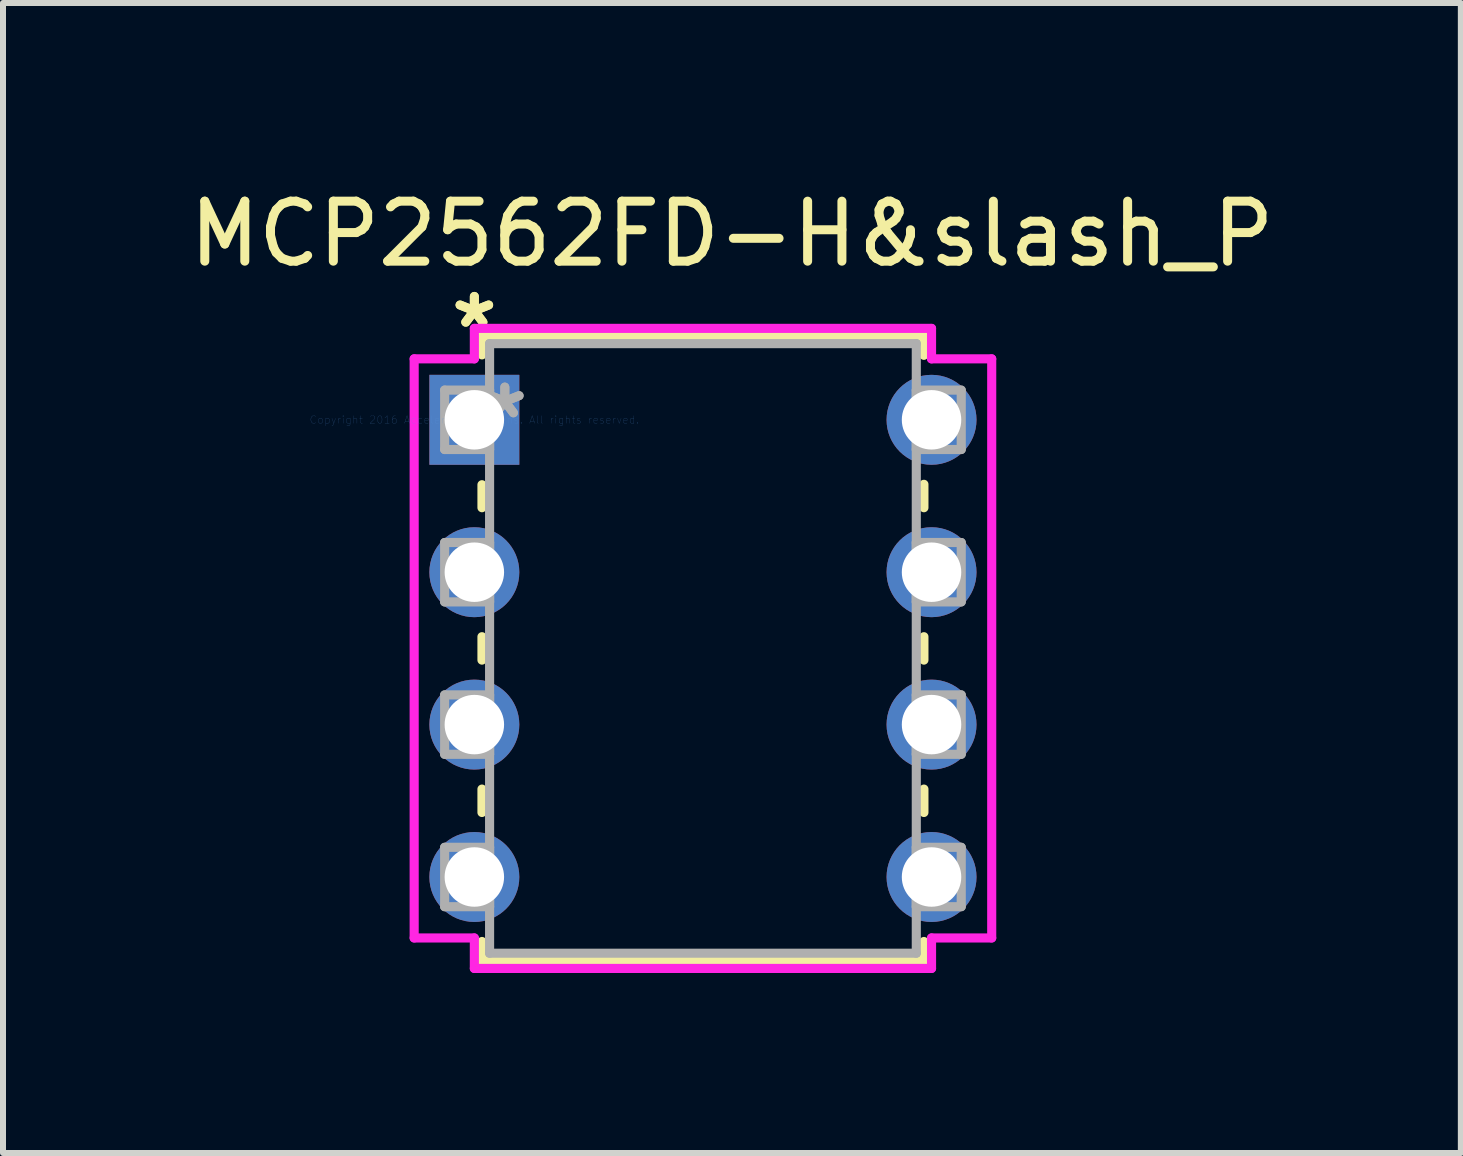
<source format=kicad_pcb>
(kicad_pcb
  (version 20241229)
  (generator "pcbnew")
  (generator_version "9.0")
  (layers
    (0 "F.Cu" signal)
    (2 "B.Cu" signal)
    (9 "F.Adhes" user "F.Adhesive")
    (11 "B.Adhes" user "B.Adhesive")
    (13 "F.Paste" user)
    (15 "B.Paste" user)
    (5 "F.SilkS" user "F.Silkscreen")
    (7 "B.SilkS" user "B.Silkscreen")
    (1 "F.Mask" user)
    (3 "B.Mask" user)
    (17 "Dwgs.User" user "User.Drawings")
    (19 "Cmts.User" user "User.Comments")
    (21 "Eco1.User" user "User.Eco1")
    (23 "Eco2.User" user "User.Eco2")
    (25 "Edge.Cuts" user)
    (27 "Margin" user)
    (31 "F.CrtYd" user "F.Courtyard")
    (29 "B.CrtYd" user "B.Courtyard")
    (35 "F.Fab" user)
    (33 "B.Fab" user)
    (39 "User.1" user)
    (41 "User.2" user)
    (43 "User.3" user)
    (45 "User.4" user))
  (footprint "MCP2562FD-H&slash_P"
    (layer "F.Cu")
    (at 4.856 3.947)
    (property "Reference" "MCP2562FD-H&slash_P" (at 4.293 -3.099 0) (layer "F.SilkS") (effects (font (size 1 1) (thickness 0.15))))
    (attr through_hole)
    (fp_line (start 0.127 -1.397) (end 0.127 -1.082) (stroke (width 0.152) (type solid)) (layer "F.SilkS"))
    (fp_line (start 0.127 1.082) (end 0.127 1.465) (stroke (width 0.152) (type solid)) (layer "F.SilkS"))
    (fp_line (start 0.127 3.615) (end 0.127 4.005) (stroke (width 0.152) (type solid)) (layer "F.SilkS"))
    (fp_line (start 0.127 6.155) (end 0.127 6.545) (stroke (width 0.152) (type solid)) (layer "F.SilkS"))
    (fp_line (start 0.127 8.695) (end 0.127 9.017) (stroke (width 0.152) (type solid)) (layer "F.SilkS"))
    (fp_line (start 0.127 9.017) (end 7.493 9.017) (stroke (width 0.152) (type solid)) (layer "F.SilkS"))
    (fp_line (start 7.493 -1.397) (end 0.127 -1.397) (stroke (width 0.152) (type solid)) (layer "F.SilkS"))
    (fp_line (start 7.493 -1.075) (end 7.493 -1.397) (stroke (width 0.152) (type solid)) (layer "F.SilkS"))
    (fp_line (start 7.493 1.465) (end 7.493 1.075) (stroke (width 0.152) (type solid)) (layer "F.SilkS"))
    (fp_line (start 7.493 4.005) (end 7.493 3.615) (stroke (width 0.152) (type solid)) (layer "F.SilkS"))
    (fp_line (start 7.493 6.545) (end 7.493 6.155) (stroke (width 0.152) (type solid)) (layer "F.SilkS"))
    (fp_line (start 7.493 9.017) (end 7.493 8.695) (stroke (width 0.152) (type solid)) (layer "F.SilkS"))
    (fp_line (start -1.003 -1.016) (end -1.003 8.636) (stroke (width 0.152) (type solid)) (layer "F.CrtYd"))
    (fp_line (start -1.003 8.636) (end 0 8.636) (stroke (width 0.152) (type solid)) (layer "F.CrtYd"))
    (fp_line (start 0 -1.524) (end 0 -1.016) (stroke (width 0.152) (type solid)) (layer "F.CrtYd"))
    (fp_line (start 0 -1.016) (end -1.003 -1.016) (stroke (width 0.152) (type solid)) (layer "F.CrtYd"))
    (fp_line (start 0 8.636) (end 0 9.144) (stroke (width 0.152) (type solid)) (layer "F.CrtYd"))
    (fp_line (start 0 9.144) (end 7.62 9.144) (stroke (width 0.152) (type solid)) (layer "F.CrtYd"))
    (fp_line (start 7.62 -1.524) (end 0 -1.524) (stroke (width 0.152) (type solid)) (layer "F.CrtYd"))
    (fp_line (start 7.62 -1.016) (end 7.62 -1.524) (stroke (width 0.152) (type solid)) (layer "F.CrtYd"))
    (fp_line (start 7.62 8.636) (end 8.623 8.636) (stroke (width 0.152) (type solid)) (layer "F.CrtYd"))
    (fp_line (start 7.62 9.144) (end 7.62 8.636) (stroke (width 0.152) (type solid)) (layer "F.CrtYd"))
    (fp_line (start 8.623 -1.016) (end 7.62 -1.016) (stroke (width 0.152) (type solid)) (layer "F.CrtYd"))
    (fp_line (start 8.623 8.636) (end 8.623 -1.016) (stroke (width 0.152) (type solid)) (layer "F.CrtYd"))
    (fp_line (start -0.495 -0.495) (end -0.495 0.495) (stroke (width 0.152) (type solid)) (layer "F.Fab"))
    (fp_line (start -0.495 0.495) (end 0.254 0.495) (stroke (width 0.152) (type solid)) (layer "F.Fab"))
    (fp_line (start -0.495 2.045) (end -0.495 3.035) (stroke (width 0.152) (type solid)) (layer "F.Fab"))
    (fp_line (start -0.495 3.035) (end 0.254 3.035) (stroke (width 0.152) (type solid)) (layer "F.Fab"))
    (fp_line (start -0.495 4.585) (end -0.495 5.575) (stroke (width 0.152) (type solid)) (layer "F.Fab"))
    (fp_line (start -0.495 5.575) (end 0.254 5.575) (stroke (width 0.152) (type solid)) (layer "F.Fab"))
    (fp_line (start -0.495 7.125) (end -0.495 8.115) (stroke (width 0.152) (type solid)) (layer "F.Fab"))
    (fp_line (start -0.495 8.115) (end 0.254 8.115) (stroke (width 0.152) (type solid)) (layer "F.Fab"))
    (fp_line (start 0.254 -1.27) (end 0.254 8.89) (stroke (width 0.152) (type solid)) (layer "F.Fab"))
    (fp_line (start 0.254 -0.495) (end -0.495 -0.495) (stroke (width 0.152) (type solid)) (layer "F.Fab"))
    (fp_line (start 0.254 0.495) (end 0.254 -0.495) (stroke (width 0.152) (type solid)) (layer "F.Fab"))
    (fp_line (start 0.254 2.045) (end -0.495 2.045) (stroke (width 0.152) (type solid)) (layer "F.Fab"))
    (fp_line (start 0.254 3.035) (end 0.254 2.045) (stroke (width 0.152) (type solid)) (layer "F.Fab"))
    (fp_line (start 0.254 4.585) (end -0.495 4.585) (stroke (width 0.152) (type solid)) (layer "F.Fab"))
    (fp_line (start 0.254 5.575) (end 0.254 4.585) (stroke (width 0.152) (type solid)) (layer "F.Fab"))
    (fp_line (start 0.254 7.125) (end -0.495 7.125) (stroke (width 0.152) (type solid)) (layer "F.Fab"))
    (fp_line (start 0.254 8.115) (end 0.254 7.125) (stroke (width 0.152) (type solid)) (layer "F.Fab"))
    (fp_line (start 0.254 8.89) (end 7.366 8.89) (stroke (width 0.152) (type solid)) (layer "F.Fab"))
    (fp_line (start 7.366 -1.27) (end 0.254 -1.27) (stroke (width 0.152) (type solid)) (layer "F.Fab"))
    (fp_line (start 7.366 -0.495) (end 7.366 0.495) (stroke (width 0.152) (type solid)) (layer "F.Fab"))
    (fp_line (start 7.366 0.495) (end 8.115 0.495) (stroke (width 0.152) (type solid)) (layer "F.Fab"))
    (fp_line (start 7.366 2.045) (end 7.366 3.035) (stroke (width 0.152) (type solid)) (layer "F.Fab"))
    (fp_line (start 7.366 3.035) (end 8.115 3.035) (stroke (width 0.152) (type solid)) (layer "F.Fab"))
    (fp_line (start 7.366 4.585) (end 7.366 5.575) (stroke (width 0.152) (type solid)) (layer "F.Fab"))
    (fp_line (start 7.366 5.575) (end 8.115 5.575) (stroke (width 0.152) (type solid)) (layer "F.Fab"))
    (fp_line (start 7.366 7.125) (end 7.366 8.115) (stroke (width 0.152) (type solid)) (layer "F.Fab"))
    (fp_line (start 7.366 8.115) (end 8.115 8.115) (stroke (width 0.152) (type solid)) (layer "F.Fab"))
    (fp_line (start 7.366 8.89) (end 7.366 -1.27) (stroke (width 0.152) (type solid)) (layer "F.Fab"))
    (fp_line (start 8.115 -0.495) (end 7.366 -0.495) (stroke (width 0.152) (type solid)) (layer "F.Fab"))
    (fp_line (start 8.115 0.495) (end 8.115 -0.495) (stroke (width 0.152) (type solid)) (layer "F.Fab"))
    (fp_line (start 8.115 2.045) (end 7.366 2.045) (stroke (width 0.152) (type solid)) (layer "F.Fab"))
    (fp_line (start 8.115 3.035) (end 8.115 2.045) (stroke (width 0.152) (type solid)) (layer "F.Fab"))
    (fp_line (start 8.115 4.585) (end 7.366 4.585) (stroke (width 0.152) (type solid)) (layer "F.Fab"))
    (fp_line (start 8.115 5.575) (end 8.115 4.585) (stroke (width 0.152) (type solid)) (layer "F.Fab"))
    (fp_line (start 8.115 7.125) (end 7.366 7.125) (stroke (width 0.152) (type solid)) (layer "F.Fab"))
    (fp_line (start 8.115 8.115) (end 8.115 7.125) (stroke (width 0.152) (type solid)) (layer "F.Fab"))
    (fp_text user "*" (at 0 -1.511 0) (layer "F.SilkS") (effects (font (size 1 1) (thickness 0.15))))
    (fp_text user "*" (at 0 -1.511 0) (layer "F.SilkS") (effects (font (size 1 1) (thickness 0.15))))
    (fp_text user "Copyright 2016 Accelerated Designs. All rights reserved." (at 0 0 0) (layer "Cmts.User") (effects (font (size 0.127 0.127) (thickness 0.002))))
    (fp_text user "*" (at 0.508 0 0) (layer "F.Fab") (effects (font (size 1 1) (thickness 0.15))))
    (fp_text user "*" (at 0.508 0 0) (layer "F.Fab") (effects (font (size 1 1) (thickness 0.15))))
    (pad "1" thru_hole rect (at 0 0) (size 1.499 1.499) (drill 0.991) (layers "*.Cu" "*.Mask"))
    (pad "2" thru_hole circle (at 0 2.54) (size 1.499 1.499) (drill 0.991) (layers "*.Cu" "*.Mask"))
    (pad "3" thru_hole circle (at 0 5.08) (size 1.499 1.499) (drill 0.991) (layers "*.Cu" "*.Mask"))
    (pad "4" thru_hole circle (at 0 7.62) (size 1.499 1.499) (drill 0.991) (layers "*.Cu" "*.Mask"))
    (pad "5" thru_hole circle (at 7.62 7.62) (size 1.499 1.499) (drill 0.991) (layers "*.Cu" "*.Mask"))
    (pad "6" thru_hole circle (at 7.62 5.08) (size 1.499 1.499) (drill 0.991) (layers "*.Cu" "*.Mask"))
    (pad "7" thru_hole circle (at 7.62 2.54) (size 1.499 1.499) (drill 0.991) (layers "*.Cu" "*.Mask"))
    (pad "8" thru_hole circle (at 7.62 0) (size 1.499 1.499) (drill 0.991) (layers "*.Cu" "*.Mask")))
  (gr_rect
    (start -3 -3)
    (end 21.298 16.167)
    (stroke (width 0.1) (type default))
    (fill no)
    (layer "Edge.Cuts")))
</source>
